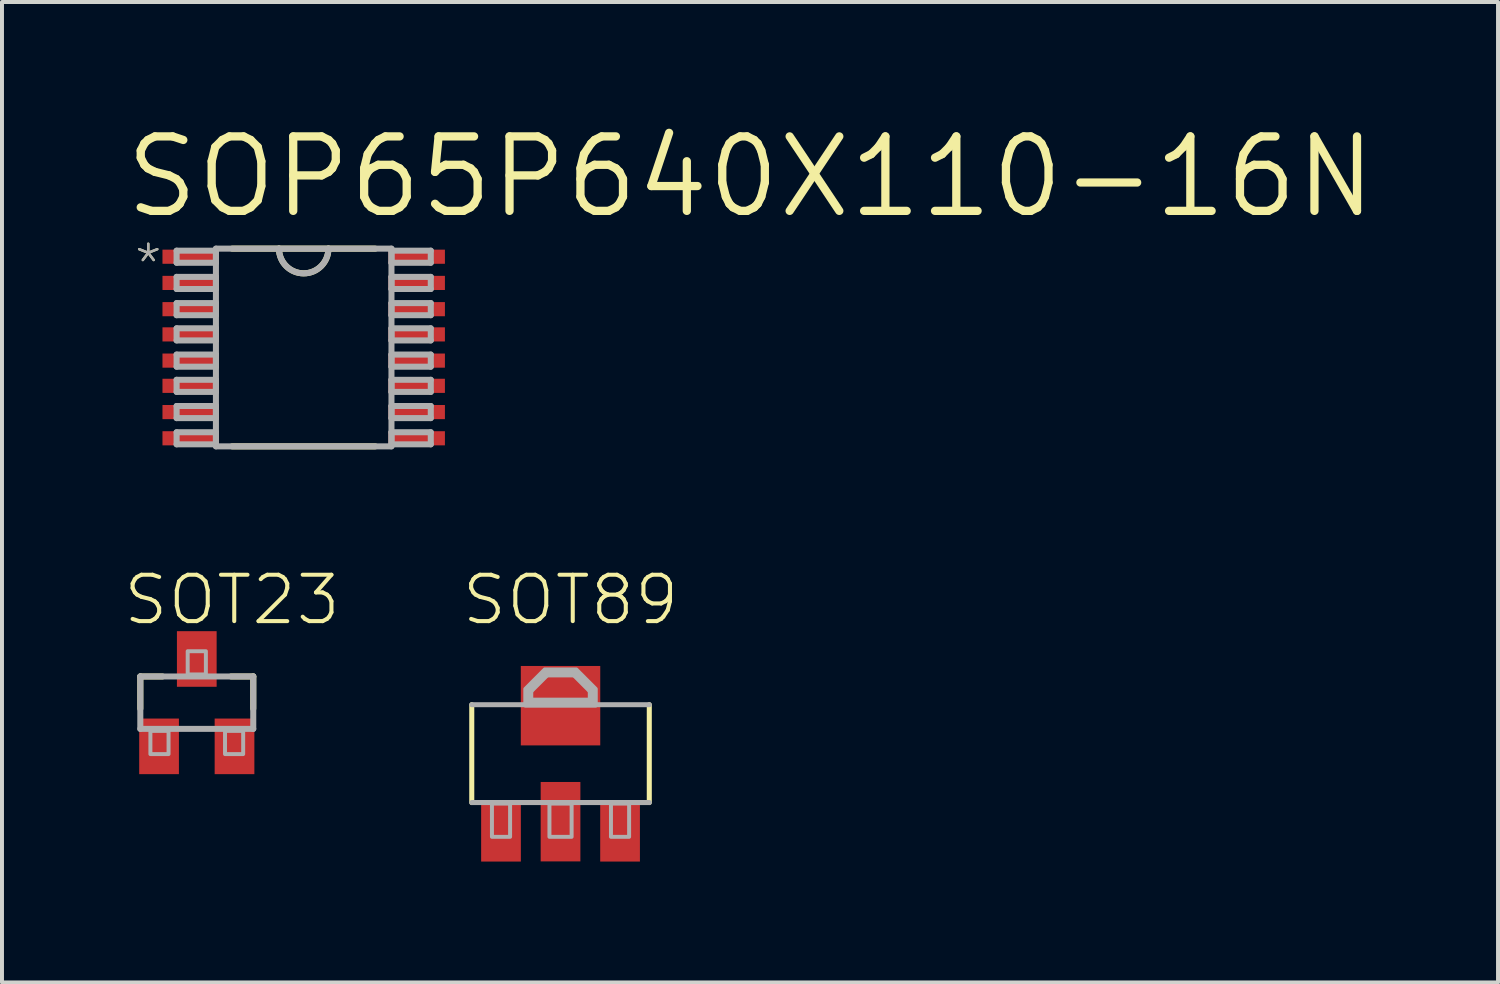
<source format=kicad_pcb>
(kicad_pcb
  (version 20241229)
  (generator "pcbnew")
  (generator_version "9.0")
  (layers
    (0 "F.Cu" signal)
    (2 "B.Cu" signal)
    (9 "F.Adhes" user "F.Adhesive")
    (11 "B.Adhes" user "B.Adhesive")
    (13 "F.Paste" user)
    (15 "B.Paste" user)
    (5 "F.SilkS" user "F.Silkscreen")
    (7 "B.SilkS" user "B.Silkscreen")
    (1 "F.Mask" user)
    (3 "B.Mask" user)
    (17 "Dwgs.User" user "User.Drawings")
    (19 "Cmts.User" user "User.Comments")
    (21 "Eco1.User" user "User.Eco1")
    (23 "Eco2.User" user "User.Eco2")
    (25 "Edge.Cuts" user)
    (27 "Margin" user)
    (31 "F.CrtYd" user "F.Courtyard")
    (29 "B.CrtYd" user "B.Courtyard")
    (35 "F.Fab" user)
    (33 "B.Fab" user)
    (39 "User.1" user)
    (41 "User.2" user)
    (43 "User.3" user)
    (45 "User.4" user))
  (footprint "SOT89"
    (layer "F.Cu")
    (at 11.064 15.913)
    (property "Reference" "SOT89" (at -2.54 -3.175 0) (layer "F.SilkS") (effects (font (size 1.168 1.168) (thickness 0.102)) (justify left bottom)))
    (fp_poly (pts (xy -2.025 2.775) (xy -0.975 2.775) (xy -0.975 1.2) (xy -2.025 1.2)) (stroke (width 0) (type solid)) (fill yes) (layer "F.Mask"))
    (fp_poly (pts (xy -0.525 2.775) (xy 0.525 2.775) (xy 0.525 1.2) (xy -0.525 1.2)) (stroke (width 0) (type solid)) (fill yes) (layer "F.Mask"))
    (fp_poly (pts (xy 0.975 2.775) (xy 2.025 2.775) (xy 2.025 1.2) (xy 0.975 1.2)) (stroke (width 0) (type solid)) (fill yes) (layer "F.Mask"))
    (fp_line (start -2.235 1.245) (end -2.235 -1.219) (stroke (width 0.127) (type solid)) (layer "F.SilkS"))
    (fp_line (start 2.235 -1.219) (end 2.235 1.245) (stroke (width 0.127) (type solid)) (layer "F.SilkS"))
    (fp_poly (pts (xy -1.9 2.68) (xy -1.1 2.68) (xy -1.1 1.28) (xy -1.9 1.28)) (stroke (width 0) (type solid)) (fill yes) (layer "F.Paste"))
    (fp_poly (pts (xy -0.9 0) (xy 0.9 0) (xy 0.9 -2.2) (xy -0.9 -2.2)) (stroke (width 0) (type solid)) (fill yes) (layer "F.Paste"))
    (fp_poly (pts (xy -0.4 2.68) (xy 0.4 2.68) (xy 0.4 1.28) (xy -0.4 1.28)) (stroke (width 0) (type solid)) (fill yes) (layer "F.Paste"))
    (fp_poly (pts (xy 1.1 2.68) (xy 1.9 2.68) (xy 1.9 1.28) (xy 1.1 1.28)) (stroke (width 0) (type solid)) (fill yes) (layer "F.Paste"))
    (fp_line (start -2.235 -1.219) (end 2.235 -1.219) (stroke (width 0.127) (type solid)) (layer "F.Fab"))
    (fp_line (start -0.787 -1.575) (end -0.356 -2.007) (stroke (width 0.2) (type solid)) (layer "F.Fab"))
    (fp_line (start -0.787 -1.295) (end -0.787 -1.575) (stroke (width 0.2) (type solid)) (layer "F.Fab"))
    (fp_line (start -0.356 -2.007) (end 0.356 -2.007) (stroke (width 0.2) (type solid)) (layer "F.Fab"))
    (fp_line (start 0.356 -2.007) (end 0.787 -1.575) (stroke (width 0.2) (type solid)) (layer "F.Fab"))
    (fp_line (start 0.787 -1.575) (end 0.787 -1.295) (stroke (width 0.2) (type solid)) (layer "F.Fab"))
    (fp_line (start 0.787 -1.295) (end -0.787 -1.295) (stroke (width 0.2) (type solid)) (layer "F.Fab"))
    (fp_line (start 2.235 1.245) (end -2.235 1.245) (stroke (width 0.127) (type solid)) (layer "F.Fab"))
    (fp_poly (pts (xy -1.727 2.108) (xy -1.27 2.108) (xy -1.27 1.27) (xy -1.727 1.27)) (stroke (width 0.1) (type solid)) (fill no) (layer "F.Fab"))
    (fp_poly (pts (xy -0.279 2.108) (xy 0.279 2.108) (xy 0.279 1.27) (xy -0.279 1.27)) (stroke (width 0.1) (type solid)) (fill no) (layer "F.Fab"))
    (fp_poly (pts (xy 1.27 2.108) (xy 1.727 2.108) (xy 1.727 1.27) (xy 1.27 1.27)) (stroke (width 0.1) (type solid)) (fill no) (layer "F.Fab"))
    (fp_poly (pts (xy 0.887 -1.616) (xy 0.887 -1.196) (xy -0.887 -1.196) (xy -0.887 -1.616) (xy -0.397 -2.107) (xy 0.397 -2.107)) (stroke (width 0.1) (type solid)) (fill no) (layer "F.Fab"))
    (pad "1" smd rect (at -1.499 1.981) (size 1 1.5) (layers "F.Cu"))
    (pad "2" smd rect (at 0 1.727) (size 1 2) (layers "F.Cu"))
    (pad "2@1" smd rect (at 0 -1.194 90) (size 2 2) (layers "F.Cu" "F.Mask"))
    (pad "3" smd rect (at 1.499 1.981) (size 1 1.5) (layers "F.Cu")))
  (footprint "SOP65P640X110-16N"
    (layer "F.Cu")
    (at 4.597 5.7)
    (property "Reference" "SOP65P640X110-16N" (at -4.597 -3.2 0) (layer "F.SilkS") (effects (font (size 1.875 1.875) (thickness 0.208)) (justify left bottom)))
    (fp_line (start -1.803 2.489) (end 1.803 2.489) (stroke (width 0.152) (type solid)) (layer "F.SilkS"))
    (fp_line (start -0.622 -2.489) (end -1.803 -2.489) (stroke (width 0.152) (type solid)) (layer "F.SilkS"))
    (fp_line (start 0.622 -2.489) (end -0.622 -2.489) (stroke (width 0.152) (type solid)) (layer "F.SilkS"))
    (fp_line (start 1.803 -2.489) (end 0.622 -2.489) (stroke (width 0.152) (type solid)) (layer "F.SilkS"))
    (fp_arc (start 0.6223 -2.4892) (mid 0 -1.8669) (end -0.6223 -2.4892) (stroke (width 0.1524) (type solid)) (layer "F.SilkS"))
    (fp_line (start -3.2 -2.438) (end -3.2 -2.134) (stroke (width 0.152) (type solid)) (layer "F.Fab"))
    (fp_line (start -3.2 -2.134) (end -2.21 -2.134) (stroke (width 0.152) (type solid)) (layer "F.Fab"))
    (fp_line (start -3.2 -1.778) (end -3.2 -1.473) (stroke (width 0.152) (type solid)) (layer "F.Fab"))
    (fp_line (start -3.2 -1.473) (end -2.21 -1.473) (stroke (width 0.152) (type solid)) (layer "F.Fab"))
    (fp_line (start -3.2 -1.118) (end -3.2 -0.813) (stroke (width 0.152) (type solid)) (layer "F.Fab"))
    (fp_line (start -3.2 -0.813) (end -2.21 -0.813) (stroke (width 0.152) (type solid)) (layer "F.Fab"))
    (fp_line (start -3.2 -0.483) (end -3.2 -0.178) (stroke (width 0.152) (type solid)) (layer "F.Fab"))
    (fp_line (start -3.2 -0.178) (end -2.21 -0.178) (stroke (width 0.152) (type solid)) (layer "F.Fab"))
    (fp_line (start -3.2 0.178) (end -3.2 0.483) (stroke (width 0.152) (type solid)) (layer "F.Fab"))
    (fp_line (start -3.2 0.483) (end -2.21 0.483) (stroke (width 0.152) (type solid)) (layer "F.Fab"))
    (fp_line (start -3.2 0.813) (end -3.2 1.118) (stroke (width 0.152) (type solid)) (layer "F.Fab"))
    (fp_line (start -3.2 1.118) (end -2.21 1.118) (stroke (width 0.152) (type solid)) (layer "F.Fab"))
    (fp_line (start -3.2 1.473) (end -3.2 1.778) (stroke (width 0.152) (type solid)) (layer "F.Fab"))
    (fp_line (start -3.2 1.778) (end -2.21 1.778) (stroke (width 0.152) (type solid)) (layer "F.Fab"))
    (fp_line (start -3.2 2.134) (end -3.2 2.438) (stroke (width 0.152) (type solid)) (layer "F.Fab"))
    (fp_line (start -3.2 2.438) (end -2.21 2.438) (stroke (width 0.152) (type solid)) (layer "F.Fab"))
    (fp_line (start -2.21 -2.489) (end -2.21 2.489) (stroke (width 0.152) (type solid)) (layer "F.Fab"))
    (fp_line (start -2.21 -2.438) (end -3.2 -2.438) (stroke (width 0.152) (type solid)) (layer "F.Fab"))
    (fp_line (start -2.21 -2.134) (end -2.21 -2.438) (stroke (width 0.152) (type solid)) (layer "F.Fab"))
    (fp_line (start -2.21 -1.778) (end -3.2 -1.778) (stroke (width 0.152) (type solid)) (layer "F.Fab"))
    (fp_line (start -2.21 -1.473) (end -2.21 -1.778) (stroke (width 0.152) (type solid)) (layer "F.Fab"))
    (fp_line (start -2.21 -1.118) (end -3.2 -1.118) (stroke (width 0.152) (type solid)) (layer "F.Fab"))
    (fp_line (start -2.21 -0.813) (end -2.21 -1.118) (stroke (width 0.152) (type solid)) (layer "F.Fab"))
    (fp_line (start -2.21 -0.483) (end -3.2 -0.483) (stroke (width 0.152) (type solid)) (layer "F.Fab"))
    (fp_line (start -2.21 -0.178) (end -2.21 -0.483) (stroke (width 0.152) (type solid)) (layer "F.Fab"))
    (fp_line (start -2.21 0.178) (end -3.2 0.178) (stroke (width 0.152) (type solid)) (layer "F.Fab"))
    (fp_line (start -2.21 0.483) (end -2.21 0.178) (stroke (width 0.152) (type solid)) (layer "F.Fab"))
    (fp_line (start -2.21 0.813) (end -3.2 0.813) (stroke (width 0.152) (type solid)) (layer "F.Fab"))
    (fp_line (start -2.21 1.118) (end -2.21 0.813) (stroke (width 0.152) (type solid)) (layer "F.Fab"))
    (fp_line (start -2.21 1.473) (end -3.2 1.473) (stroke (width 0.152) (type solid)) (layer "F.Fab"))
    (fp_line (start -2.21 1.778) (end -2.21 1.473) (stroke (width 0.152) (type solid)) (layer "F.Fab"))
    (fp_line (start -2.21 2.134) (end -3.2 2.134) (stroke (width 0.152) (type solid)) (layer "F.Fab"))
    (fp_line (start -2.21 2.438) (end -2.21 2.134) (stroke (width 0.152) (type solid)) (layer "F.Fab"))
    (fp_line (start -2.21 2.489) (end 2.21 2.489) (stroke (width 0.152) (type solid)) (layer "F.Fab"))
    (fp_line (start -0.622 -2.489) (end -2.21 -2.489) (stroke (width 0.152) (type solid)) (layer "F.Fab"))
    (fp_line (start 0.622 -2.489) (end -0.622 -2.489) (stroke (width 0.152) (type solid)) (layer "F.Fab"))
    (fp_line (start 2.21 -2.489) (end 0.622 -2.489) (stroke (width 0.152) (type solid)) (layer "F.Fab"))
    (fp_line (start 2.21 -2.438) (end 2.21 -2.134) (stroke (width 0.152) (type solid)) (layer "F.Fab"))
    (fp_line (start 2.21 -2.134) (end 3.2 -2.134) (stroke (width 0.152) (type solid)) (layer "F.Fab"))
    (fp_line (start 2.21 -1.778) (end 2.21 -1.473) (stroke (width 0.152) (type solid)) (layer "F.Fab"))
    (fp_line (start 2.21 -1.473) (end 3.2 -1.473) (stroke (width 0.152) (type solid)) (layer "F.Fab"))
    (fp_line (start 2.21 -1.118) (end 2.21 -0.813) (stroke (width 0.152) (type solid)) (layer "F.Fab"))
    (fp_line (start 2.21 -0.813) (end 3.2 -0.813) (stroke (width 0.152) (type solid)) (layer "F.Fab"))
    (fp_line (start 2.21 -0.483) (end 2.21 -0.178) (stroke (width 0.152) (type solid)) (layer "F.Fab"))
    (fp_line (start 2.21 -0.178) (end 3.2 -0.178) (stroke (width 0.152) (type solid)) (layer "F.Fab"))
    (fp_line (start 2.21 0.178) (end 2.21 0.483) (stroke (width 0.152) (type solid)) (layer "F.Fab"))
    (fp_line (start 2.21 0.483) (end 3.2 0.483) (stroke (width 0.152) (type solid)) (layer "F.Fab"))
    (fp_line (start 2.21 0.813) (end 2.21 1.118) (stroke (width 0.152) (type solid)) (layer "F.Fab"))
    (fp_line (start 2.21 1.118) (end 3.2 1.118) (stroke (width 0.152) (type solid)) (layer "F.Fab"))
    (fp_line (start 2.21 1.473) (end 2.21 1.778) (stroke (width 0.152) (type solid)) (layer "F.Fab"))
    (fp_line (start 2.21 1.778) (end 3.2 1.778) (stroke (width 0.152) (type solid)) (layer "F.Fab"))
    (fp_line (start 2.21 2.134) (end 2.21 2.438) (stroke (width 0.152) (type solid)) (layer "F.Fab"))
    (fp_line (start 2.21 2.438) (end 3.2 2.438) (stroke (width 0.152) (type solid)) (layer "F.Fab"))
    (fp_line (start 2.21 2.489) (end 2.21 -2.489) (stroke (width 0.152) (type solid)) (layer "F.Fab"))
    (fp_line (start 3.2 -2.438) (end 2.21 -2.438) (stroke (width 0.152) (type solid)) (layer "F.Fab"))
    (fp_line (start 3.2 -2.134) (end 3.2 -2.438) (stroke (width 0.152) (type solid)) (layer "F.Fab"))
    (fp_line (start 3.2 -1.778) (end 2.21 -1.778) (stroke (width 0.152) (type solid)) (layer "F.Fab"))
    (fp_line (start 3.2 -1.473) (end 3.2 -1.778) (stroke (width 0.152) (type solid)) (layer "F.Fab"))
    (fp_line (start 3.2 -1.118) (end 2.21 -1.118) (stroke (width 0.152) (type solid)) (layer "F.Fab"))
    (fp_line (start 3.2 -0.813) (end 3.2 -1.118) (stroke (width 0.152) (type solid)) (layer "F.Fab"))
    (fp_line (start 3.2 -0.483) (end 2.21 -0.483) (stroke (width 0.152) (type solid)) (layer "F.Fab"))
    (fp_line (start 3.2 -0.178) (end 3.2 -0.483) (stroke (width 0.152) (type solid)) (layer "F.Fab"))
    (fp_line (start 3.2 0.178) (end 2.21 0.178) (stroke (width 0.152) (type solid)) (layer "F.Fab"))
    (fp_line (start 3.2 0.483) (end 3.2 0.178) (stroke (width 0.152) (type solid)) (layer "F.Fab"))
    (fp_line (start 3.2 0.813) (end 2.21 0.813) (stroke (width 0.152) (type solid)) (layer "F.Fab"))
    (fp_line (start 3.2 1.118) (end 3.2 0.813) (stroke (width 0.152) (type solid)) (layer "F.Fab"))
    (fp_line (start 3.2 1.473) (end 2.21 1.473) (stroke (width 0.152) (type solid)) (layer "F.Fab"))
    (fp_line (start 3.2 1.778) (end 3.2 1.473) (stroke (width 0.152) (type solid)) (layer "F.Fab"))
    (fp_line (start 3.2 2.134) (end 2.21 2.134) (stroke (width 0.152) (type solid)) (layer "F.Fab"))
    (fp_line (start 3.2 2.438) (end 3.2 2.134) (stroke (width 0.152) (type solid)) (layer "F.Fab"))
    (fp_arc (start 0.6223 -2.4892) (mid 0 -1.8669) (end -0.6223 -2.4892) (stroke (width 0.1524) (type solid)) (layer "F.Fab"))
    (fp_text user "*" (at -4.318 -1.537 0) (layer "F.SilkS") (effects (font (size 0.955 0.955) (thickness 0.061)) (justify left bottom)))
    (fp_text user "*" (at -4.318 -1.537 0) (layer "F.Fab") (effects (font (size 0.955 0.955) (thickness 0.061)) (justify left bottom)))
    (pad "1" smd rect (at -2.845 -2.286) (size 1.422 0.356) (layers "F.Cu" "F.Mask" "F.Paste"))
    (pad "2" smd rect (at -2.845 -1.626) (size 1.422 0.356) (layers "F.Cu" "F.Mask" "F.Paste"))
    (pad "3" smd rect (at -2.845 -0.965) (size 1.422 0.356) (layers "F.Cu" "F.Mask" "F.Paste"))
    (pad "4" smd rect (at -2.845 -0.33) (size 1.422 0.356) (layers "F.Cu" "F.Mask" "F.Paste"))
    (pad "5" smd rect (at -2.845 0.33) (size 1.422 0.356) (layers "F.Cu" "F.Mask" "F.Paste"))
    (pad "6" smd rect (at -2.845 0.965) (size 1.422 0.356) (layers "F.Cu" "F.Mask" "F.Paste"))
    (pad "7" smd rect (at -2.845 1.626) (size 1.422 0.356) (layers "F.Cu" "F.Mask" "F.Paste"))
    (pad "8" smd rect (at -2.845 2.286) (size 1.422 0.356) (layers "F.Cu" "F.Mask" "F.Paste"))
    (pad "9" smd rect (at 2.845 2.286) (size 1.422 0.356) (layers "F.Cu" "F.Mask" "F.Paste"))
    (pad "10" smd rect (at 2.845 1.626) (size 1.422 0.356) (layers "F.Cu" "F.Mask" "F.Paste"))
    (pad "11" smd rect (at 2.845 0.965) (size 1.422 0.356) (layers "F.Cu" "F.Mask" "F.Paste"))
    (pad "12" smd rect (at 2.845 0.33) (size 1.422 0.356) (layers "F.Cu" "F.Mask" "F.Paste"))
    (pad "13" smd rect (at 2.845 -0.33) (size 1.422 0.356) (layers "F.Cu" "F.Mask" "F.Paste"))
    (pad "14" smd rect (at 2.845 -0.965) (size 1.422 0.356) (layers "F.Cu" "F.Mask" "F.Paste"))
    (pad "15" smd rect (at 2.845 -1.626) (size 1.422 0.356) (layers "F.Cu" "F.Mask" "F.Paste"))
    (pad "16" smd rect (at 2.845 -2.286) (size 1.422 0.356) (layers "F.Cu" "F.Mask" "F.Paste")))
  (footprint "SOT23"
    (layer "F.Cu")
    (at 1.905 14.643)
    (property "Reference" "SOT23" (at -1.905 -1.905 0) (layer "F.SilkS") (effects (font (size 1.168 1.168) (thickness 0.102)) (justify left bottom)))
    (fp_line (start -1.422 -0.66) (end -0.864 -0.66) (stroke (width 0.152) (type solid)) (layer "F.SilkS"))
    (fp_line (start -1.422 0.152) (end -1.422 -0.66) (stroke (width 0.152) (type solid)) (layer "F.SilkS"))
    (fp_line (start 0.864 -0.66) (end 1.422 -0.66) (stroke (width 0.152) (type solid)) (layer "F.SilkS"))
    (fp_line (start 1.422 -0.66) (end 1.422 0.152) (stroke (width 0.152) (type solid)) (layer "F.SilkS"))
    (fp_line (start -1.422 -0.66) (end 1.422 -0.66) (stroke (width 0.152) (type solid)) (layer "F.Fab"))
    (fp_line (start -1.422 0.66) (end -1.422 -0.66) (stroke (width 0.152) (type solid)) (layer "F.Fab"))
    (fp_line (start 1.422 -0.66) (end 1.422 0.66) (stroke (width 0.152) (type solid)) (layer "F.Fab"))
    (fp_line (start 1.422 0.66) (end -1.422 0.66) (stroke (width 0.152) (type solid)) (layer "F.Fab"))
    (fp_poly (pts (xy -1.168 1.295) (xy -0.711 1.295) (xy -0.711 0.711) (xy -1.168 0.711)) (stroke (width 0.1) (type solid)) (fill no) (layer "F.Fab"))
    (fp_poly (pts (xy -0.229 -0.711) (xy 0.229 -0.711) (xy 0.229 -1.295) (xy -0.229 -1.295)) (stroke (width 0.1) (type solid)) (fill no) (layer "F.Fab"))
    (fp_poly (pts (xy 0.711 1.295) (xy 1.168 1.295) (xy 1.168 0.711) (xy 0.711 0.711)) (stroke (width 0.1) (type solid)) (fill no) (layer "F.Fab"))
    (pad "1" smd rect (at -0.95 1.1) (size 1 1.4) (layers "F.Cu" "F.Mask" "F.Paste"))
    (pad "2" smd rect (at 0.95 1.1) (size 1 1.4) (layers "F.Cu" "F.Mask" "F.Paste"))
    (pad "3" smd rect (at 0 -1.1) (size 1 1.4) (layers "F.Cu" "F.Mask" "F.Paste")))
  (gr_rect
    (start -3 -3)
    (end 34.67 21.688)
    (stroke (width 0.1) (type default))
    (fill no)
    (layer "Edge.Cuts")))
</source>
